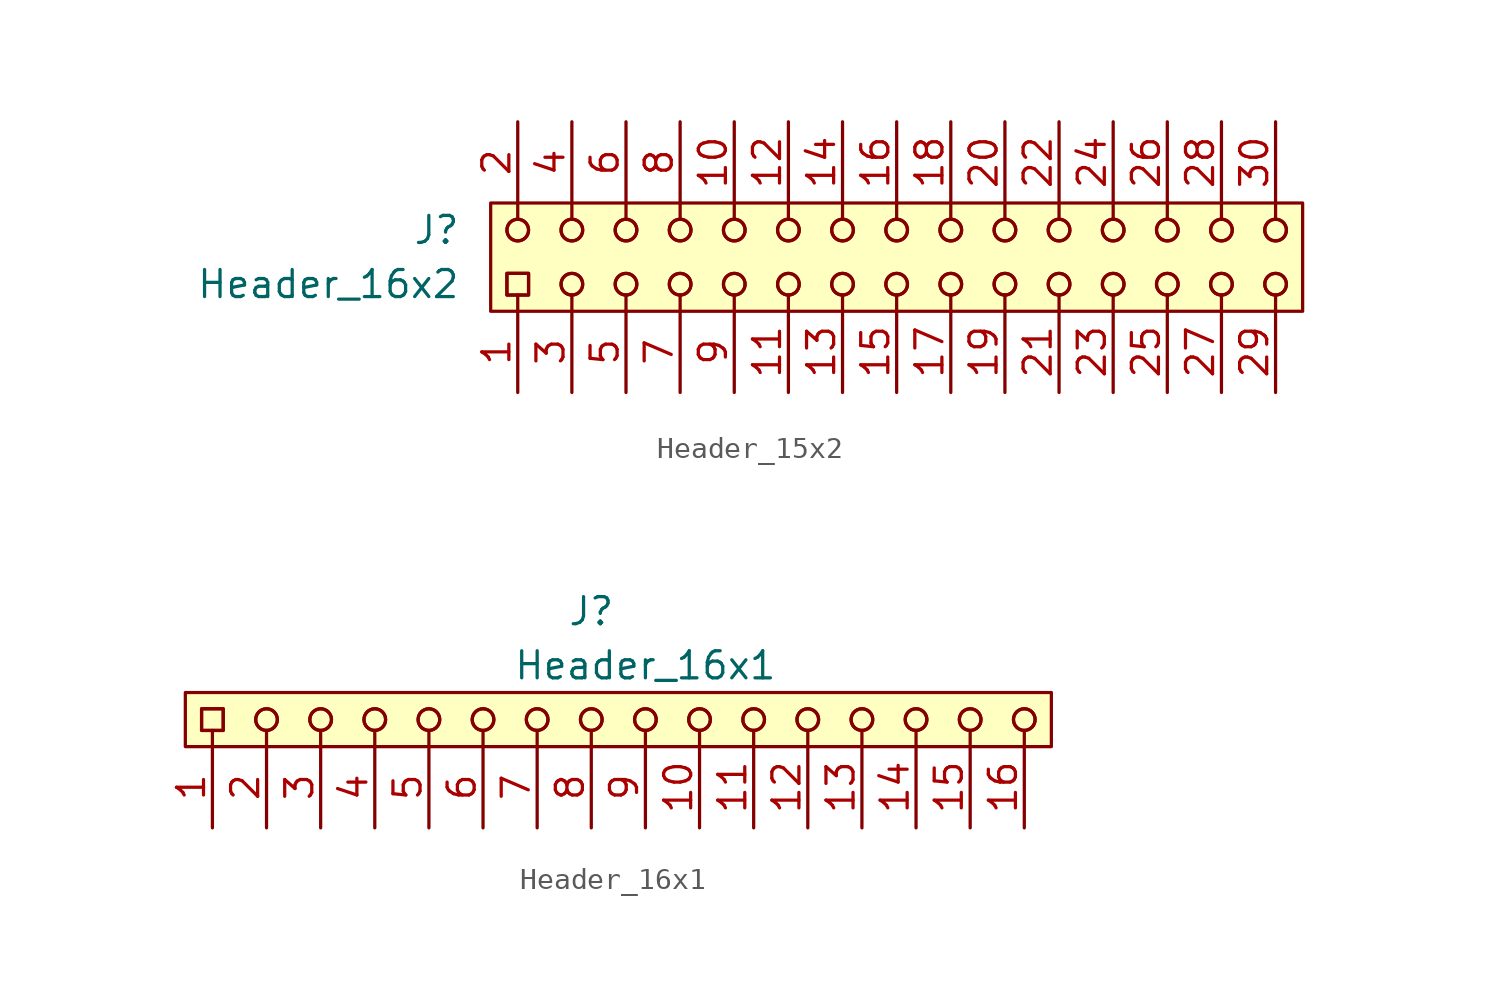
<source format=kicad_sym>
(kicad_symbol_lib
  (version 20220914)
  (generator kicad_symbol_editor)
  (symbol "Header_15x2"
    (pin_names hide)
    (property "Reference" "J"
      (at -21.59 2.54 0)
      (effects (font (size 1.27 1.27))))
    (property "Value" "Header_16x2"
      (at -26.67 0 0)
      (effects (font (size 1.27 1.27))))
    (symbol "Header_15x2_0_0"
      (pin passive line (at -17.78 -5.08 90) (length 3.81) (name "~" (effects (font (size 1.27 1.27)))) (number "1" (effects (font (size 1.27 1.27)))))
      (pin passive line (at -7.62 7.62 270) (length 3.81) (name "~" (effects (font (size 1.27 1.27)))) (number "10" (effects (font (size 1.27 1.27)))))
      (pin passive line (at -5.08 -5.08 90) (length 3.81) (name "~" (effects (font (size 1.27 1.27)))) (number "11" (effects (font (size 1.27 1.27)))))
      (pin passive line (at -5.08 7.62 270) (length 3.81) (name "~" (effects (font (size 1.27 1.27)))) (number "12" (effects (font (size 1.27 1.27)))))
      (pin passive line (at -2.54 -5.08 90) (length 3.81) (name "~" (effects (font (size 1.27 1.27)))) (number "13" (effects (font (size 1.27 1.27)))))
      (pin passive line (at -2.54 7.62 270) (length 3.81) (name "~" (effects (font (size 1.27 1.27)))) (number "14" (effects (font (size 1.27 1.27)))))
      (pin passive line (at 0 -5.08 90) (length 3.81) (name "~" (effects (font (size 1.27 1.27)))) (number "15" (effects (font (size 1.27 1.27)))))
      (pin passive line (at 0 7.62 270) (length 3.81) (name "~" (effects (font (size 1.27 1.27)))) (number "16" (effects (font (size 1.27 1.27)))))
      (pin passive line (at 2.54 -5.08 90) (length 3.81) (name "~" (effects (font (size 1.27 1.27)))) (number "17" (effects (font (size 1.27 1.27)))))
      (pin passive line (at 2.54 7.62 270) (length 3.81) (name "~" (effects (font (size 1.27 1.27)))) (number "18" (effects (font (size 1.27 1.27)))))
      (pin passive line (at 5.08 -5.08 90) (length 3.81) (name "~" (effects (font (size 1.27 1.27)))) (number "19" (effects (font (size 1.27 1.27)))))
      (pin passive line (at -17.78 7.62 270) (length 3.81) (name "~" (effects (font (size 1.27 1.27)))) (number "2" (effects (font (size 1.27 1.27)))))
      (pin passive line (at 5.08 7.62 270) (length 3.81) (name "~" (effects (font (size 1.27 1.27)))) (number "20" (effects (font (size 1.27 1.27)))))
      (pin passive line (at 7.62 -5.08 90) (length 3.81) (name "~" (effects (font (size 1.27 1.27)))) (number "21" (effects (font (size 1.27 1.27)))))
      (pin passive line (at 7.62 7.62 270) (length 3.81) (name "~" (effects (font (size 1.27 1.27)))) (number "22" (effects (font (size 1.27 1.27)))))
      (pin passive line (at 10.16 -5.08 90) (length 3.81) (name "~" (effects (font (size 1.27 1.27)))) (number "23" (effects (font (size 1.27 1.27)))))
      (pin passive line (at 10.16 7.62 270) (length 3.81) (name "~" (effects (font (size 1.27 1.27)))) (number "24" (effects (font (size 1.27 1.27)))))
      (pin passive line (at 12.7 -5.08 90) (length 3.81) (name "~" (effects (font (size 1.27 1.27)))) (number "25" (effects (font (size 1.27 1.27)))))
      (pin passive line (at 12.7 7.62 270) (length 3.81) (name "~" (effects (font (size 1.27 1.27)))) (number "26" (effects (font (size 1.27 1.27)))))
      (pin passive line (at 15.24 -5.08 90) (length 3.81) (name "~" (effects (font (size 1.27 1.27)))) (number "27" (effects (font (size 1.27 1.27)))))
      (pin passive line (at 15.24 7.62 270) (length 3.81) (name "~" (effects (font (size 1.27 1.27)))) (number "28" (effects (font (size 1.27 1.27)))))
      (pin passive line (at 17.78 -5.08 90) (length 3.81) (name "~" (effects (font (size 1.27 1.27)))) (number "29" (effects (font (size 1.27 1.27)))))
      (pin passive line (at -15.24 -5.08 90) (length 3.81) (name "~" (effects (font (size 1.27 1.27)))) (number "3" (effects (font (size 1.27 1.27)))))
      (pin passive line (at 17.78 7.62 270) (length 3.81) (name "~" (effects (font (size 1.27 1.27)))) (number "30" (effects (font (size 1.27 1.27)))))
      (pin passive line (at -15.24 7.62 270) (length 3.81) (name "~" (effects (font (size 1.27 1.27)))) (number "4" (effects (font (size 1.27 1.27)))))
      (pin passive line (at -12.7 -5.08 90) (length 3.81) (name "~" (effects (font (size 1.27 1.27)))) (number "5" (effects (font (size 1.27 1.27)))))
      (pin passive line (at -12.7 7.62 270) (length 3.81) (name "~" (effects (font (size 1.27 1.27)))) (number "6" (effects (font (size 1.27 1.27)))))
      (pin passive line (at -10.16 -5.08 90) (length 3.81) (name "~" (effects (font (size 1.27 1.27)))) (number "7" (effects (font (size 1.27 1.27)))))
      (pin passive line (at -10.16 7.62 270) (length 3.81) (name "~" (effects (font (size 1.27 1.27)))) (number "8" (effects (font (size 1.27 1.27)))))
      (pin passive line (at -7.62 -5.08 90) (length 3.81) (name "~" (effects (font (size 1.27 1.27)))) (number "9" (effects (font (size 1.27 1.27))))))
    (symbol "Header_15x2_0_1"
      (rectangle (start -19.05 3.81) (end 19.05 -1.27) (stroke (width 0.152) (type default)) (fill (type background)))
      (rectangle (start -18.288 0.508) (end -17.272 -0.508) (stroke (width 0) (type default)) (fill (type none)))
      (rectangle (start -18.288 0.508) (end -17.272 -0.508) (stroke (width 0) (type default)) (fill (type none)))
      (circle (center -17.78 2.54) (radius 0.508) (stroke (width 0) (type default)) (fill (type none)))
      (circle (center -17.78 2.54) (radius 0.508) (stroke (width 0) (type default)) (fill (type none)))
      (circle (center -15.24 0) (radius 0.508) (stroke (width 0) (type default)) (fill (type none)))
      (circle (center -15.24 0) (radius 0.508) (stroke (width 0) (type default)) (fill (type none)))
      (circle (center -15.24 2.54) (radius 0.508) (stroke (width 0) (type default)) (fill (type none)))
      (circle (center -15.24 2.54) (radius 0.508) (stroke (width 0) (type default)) (fill (type none)))
      (circle (center -12.7 0) (radius 0.508) (stroke (width 0) (type default)) (fill (type none)))
      (circle (center -12.7 0) (radius 0.508) (stroke (width 0) (type default)) (fill (type none)))
      (circle (center -12.7 2.54) (radius 0.508) (stroke (width 0) (type default)) (fill (type none)))
      (circle (center -12.7 2.54) (radius 0.508) (stroke (width 0) (type default)) (fill (type none)))
      (circle (center -10.16 0) (radius 0.508) (stroke (width 0) (type default)) (fill (type none)))
      (circle (center -10.16 0) (radius 0.508) (stroke (width 0) (type default)) (fill (type none)))
      (circle (center -10.16 2.54) (radius 0.508) (stroke (width 0) (type default)) (fill (type none)))
      (circle (center -10.16 2.54) (radius 0.508) (stroke (width 0) (type default)) (fill (type none)))
      (circle (center -7.62 0) (radius 0.508) (stroke (width 0) (type default)) (fill (type none)))
      (circle (center -7.62 0) (radius 0.508) (stroke (width 0) (type default)) (fill (type none)))
      (circle (center -7.62 2.54) (radius 0.508) (stroke (width 0) (type default)) (fill (type none)))
      (circle (center -7.62 2.54) (radius 0.508) (stroke (width 0) (type default)) (fill (type none)))
      (circle (center -5.08 0) (radius 0.508) (stroke (width 0) (type default)) (fill (type none)))
      (circle (center -5.08 0) (radius 0.508) (stroke (width 0) (type default)) (fill (type none)))
      (circle (center -5.08 2.54) (radius 0.508) (stroke (width 0) (type default)) (fill (type none)))
      (circle (center -5.08 2.54) (radius 0.508) (stroke (width 0) (type default)) (fill (type none)))
      (circle (center -2.54 0) (radius 0.508) (stroke (width 0) (type default)) (fill (type none)))
      (circle (center -2.54 0) (radius 0.508) (stroke (width 0) (type default)) (fill (type none)))
      (circle (center -2.54 2.54) (radius 0.508) (stroke (width 0) (type default)) (fill (type none)))
      (circle (center -2.54 2.54) (radius 0.508) (stroke (width 0) (type default)) (fill (type none)))
      (polyline (pts (xy -17.78 -0.508) (xy -17.78 -1.27)) (stroke (width 0) (type default)) (fill (type none)))
      (polyline (pts (xy -17.78 3.048) (xy -17.78 3.81)) (stroke (width 0) (type default)) (fill (type none)))
      (polyline (pts (xy -15.24 -0.508) (xy -15.24 -1.27)) (stroke (width 0) (type default)) (fill (type none)))
      (polyline (pts (xy -15.24 3.048) (xy -15.24 3.81)) (stroke (width 0) (type default)) (fill (type none)))
      (polyline (pts (xy -12.7 -0.508) (xy -12.7 -1.27)) (stroke (width 0) (type default)) (fill (type none)))
      (polyline (pts (xy -12.7 3.048) (xy -12.7 3.81)) (stroke (width 0) (type default)) (fill (type none)))
      (polyline (pts (xy -10.16 -0.508) (xy -10.16 -1.27)) (stroke (width 0) (type default)) (fill (type none)))
      (polyline (pts (xy -10.16 3.048) (xy -10.16 3.81)) (stroke (width 0) (type default)) (fill (type none)))
      (polyline (pts (xy -7.62 -0.508) (xy -7.62 -1.27)) (stroke (width 0) (type default)) (fill (type none)))
      (polyline (pts (xy -7.62 3.048) (xy -7.62 3.81)) (stroke (width 0) (type default)) (fill (type none)))
      (polyline (pts (xy -5.08 -0.508) (xy -5.08 -1.27)) (stroke (width 0) (type default)) (fill (type none)))
      (polyline (pts (xy -5.08 3.048) (xy -5.08 3.81)) (stroke (width 0) (type default)) (fill (type none)))
      (polyline (pts (xy -2.54 -0.508) (xy -2.54 -1.27)) (stroke (width 0) (type default)) (fill (type none)))
      (polyline (pts (xy -2.54 3.048) (xy -2.54 3.81)) (stroke (width 0) (type default)) (fill (type none)))
      (polyline (pts (xy 0 -0.508) (xy 0 -1.27)) (stroke (width 0) (type default)) (fill (type none)))
      (polyline (pts (xy 0 3.048) (xy 0 3.81)) (stroke (width 0) (type default)) (fill (type none)))
      (polyline (pts (xy 2.54 -0.508) (xy 2.54 -1.27)) (stroke (width 0) (type default)) (fill (type none)))
      (polyline (pts (xy 2.54 3.048) (xy 2.54 3.81)) (stroke (width 0) (type default)) (fill (type none)))
      (polyline (pts (xy 5.08 -0.508) (xy 5.08 -1.27)) (stroke (width 0) (type default)) (fill (type none)))
      (polyline (pts (xy 5.08 3.048) (xy 5.08 3.81)) (stroke (width 0) (type default)) (fill (type none)))
      (polyline (pts (xy 7.62 -0.508) (xy 7.62 -1.27)) (stroke (width 0) (type default)) (fill (type none)))
      (polyline (pts (xy 7.62 3.048) (xy 7.62 3.81)) (stroke (width 0) (type default)) (fill (type none)))
      (polyline (pts (xy 10.16 -0.508) (xy 10.16 -1.27)) (stroke (width 0) (type default)) (fill (type none)))
      (polyline (pts (xy 10.16 3.048) (xy 10.16 3.81)) (stroke (width 0) (type default)) (fill (type none)))
      (polyline (pts (xy 12.7 -0.508) (xy 12.7 -1.27)) (stroke (width 0) (type default)) (fill (type none)))
      (polyline (pts (xy 12.7 3.048) (xy 12.7 3.81)) (stroke (width 0) (type default)) (fill (type none)))
      (polyline (pts (xy 15.24 -0.508) (xy 15.24 -1.27)) (stroke (width 0) (type default)) (fill (type none)))
      (polyline (pts (xy 15.24 3.048) (xy 15.24 3.81)) (stroke (width 0) (type default)) (fill (type none)))
      (polyline (pts (xy 17.78 -0.508) (xy 17.78 -1.27)) (stroke (width 0) (type default)) (fill (type none)))
      (polyline (pts (xy 17.78 3.048) (xy 17.78 3.81)) (stroke (width 0) (type default)) (fill (type none)))
      (circle (center 0 0) (radius 0.508) (stroke (width 0) (type default)) (fill (type none)))
      (circle (center 0 0) (radius 0.508) (stroke (width 0) (type default)) (fill (type none)))
      (circle (center 0 2.54) (radius 0.508) (stroke (width 0) (type default)) (fill (type none)))
      (circle (center 0 2.54) (radius 0.508) (stroke (width 0) (type default)) (fill (type none)))
      (circle (center 2.54 0) (radius 0.508) (stroke (width 0) (type default)) (fill (type none)))
      (circle (center 2.54 0) (radius 0.508) (stroke (width 0) (type default)) (fill (type none)))
      (circle (center 2.54 2.54) (radius 0.508) (stroke (width 0) (type default)) (fill (type none)))
      (circle (center 2.54 2.54) (radius 0.508) (stroke (width 0) (type default)) (fill (type none)))
      (circle (center 5.08 0) (radius 0.508) (stroke (width 0) (type default)) (fill (type none)))
      (circle (center 5.08 0) (radius 0.508) (stroke (width 0) (type default)) (fill (type none)))
      (circle (center 5.08 2.54) (radius 0.508) (stroke (width 0) (type default)) (fill (type none)))
      (circle (center 5.08 2.54) (radius 0.508) (stroke (width 0) (type default)) (fill (type none)))
      (circle (center 7.62 0) (radius 0.508) (stroke (width 0) (type default)) (fill (type none)))
      (circle (center 7.62 0) (radius 0.508) (stroke (width 0) (type default)) (fill (type none)))
      (circle (center 7.62 2.54) (radius 0.508) (stroke (width 0) (type default)) (fill (type none)))
      (circle (center 7.62 2.54) (radius 0.508) (stroke (width 0) (type default)) (fill (type none)))
      (circle (center 10.16 0) (radius 0.508) (stroke (width 0) (type default)) (fill (type none)))
      (circle (center 10.16 0) (radius 0.508) (stroke (width 0) (type default)) (fill (type none)))
      (circle (center 10.16 2.54) (radius 0.508) (stroke (width 0) (type default)) (fill (type none)))
      (circle (center 10.16 2.54) (radius 0.508) (stroke (width 0) (type default)) (fill (type none)))
      (circle (center 12.7 0) (radius 0.508) (stroke (width 0) (type default)) (fill (type none)))
      (circle (center 12.7 0) (radius 0.508) (stroke (width 0) (type default)) (fill (type none)))
      (circle (center 12.7 2.54) (radius 0.508) (stroke (width 0) (type default)) (fill (type none)))
      (circle (center 12.7 2.54) (radius 0.508) (stroke (width 0) (type default)) (fill (type none)))
      (circle (center 15.24 0) (radius 0.508) (stroke (width 0) (type default)) (fill (type none)))
      (circle (center 15.24 0) (radius 0.508) (stroke (width 0) (type default)) (fill (type none)))
      (circle (center 15.24 2.54) (radius 0.508) (stroke (width 0) (type default)) (fill (type none)))
      (circle (center 15.24 2.54) (radius 0.508) (stroke (width 0) (type default)) (fill (type none)))
      (circle (center 17.78 0) (radius 0.508) (stroke (width 0) (type default)) (fill (type none)))
      (circle (center 17.78 0) (radius 0.508) (stroke (width 0) (type default)) (fill (type none)))
      (circle (center 17.78 2.54) (radius 0.508) (stroke (width 0) (type default)) (fill (type none)))
      (circle (center 17.78 2.54) (radius 0.508) (stroke (width 0) (type default)) (fill (type none)))))
  (symbol "Header_16x1"
    (pin_names hide)
    (property "Reference" "J"
      (at 0 5.08 0)
      (effects (font (size 1.27 1.27))))
    (property "Value" "Header_16x1"
      (at 2.54 2.54 0)
      (effects (font (size 1.27 1.27))))
    (symbol "Header_16x1_1_1"
      (rectangle (start -19.05 1.27) (end 21.59 -1.27) (stroke (width 0.152) (type default)) (fill (type background)))
      (rectangle (start -18.288 0.508) (end -17.272 -0.508) (stroke (width 0) (type default)) (fill (type none)))
      (rectangle (start -18.288 0.508) (end -17.272 -0.508) (stroke (width 0) (type default)) (fill (type none)))
      (circle (center -15.24 0) (radius 0.508) (stroke (width 0) (type default)) (fill (type none)))
      (circle (center -15.24 0) (radius 0.508) (stroke (width 0) (type default)) (fill (type none)))
      (circle (center -12.7 0) (radius 0.508) (stroke (width 0) (type default)) (fill (type none)))
      (circle (center -12.7 0) (radius 0.508) (stroke (width 0) (type default)) (fill (type none)))
      (circle (center -10.16 0) (radius 0.508) (stroke (width 0) (type default)) (fill (type none)))
      (circle (center -10.16 0) (radius 0.508) (stroke (width 0) (type default)) (fill (type none)))
      (circle (center -7.62 0) (radius 0.508) (stroke (width 0) (type default)) (fill (type none)))
      (circle (center -7.62 0) (radius 0.508) (stroke (width 0) (type default)) (fill (type none)))
      (circle (center -5.08 0) (radius 0.508) (stroke (width 0) (type default)) (fill (type none)))
      (circle (center -5.08 0) (radius 0.508) (stroke (width 0) (type default)) (fill (type none)))
      (circle (center -2.54 0) (radius 0.508) (stroke (width 0) (type default)) (fill (type none)))
      (circle (center -2.54 0) (radius 0.508) (stroke (width 0) (type default)) (fill (type none)))
      (polyline (pts (xy -17.78 -0.508) (xy -17.78 -1.27)) (stroke (width 0) (type default)) (fill (type none)))
      (polyline (pts (xy -15.24 -0.508) (xy -15.24 -1.27)) (stroke (width 0) (type default)) (fill (type none)))
      (polyline (pts (xy -12.7 -0.508) (xy -12.7 -1.27)) (stroke (width 0) (type default)) (fill (type none)))
      (polyline (pts (xy -10.16 -0.508) (xy -10.16 -1.27)) (stroke (width 0) (type default)) (fill (type none)))
      (polyline (pts (xy -7.62 -0.508) (xy -7.62 -1.27)) (stroke (width 0) (type default)) (fill (type none)))
      (polyline (pts (xy -5.08 -0.508) (xy -5.08 -1.27)) (stroke (width 0) (type default)) (fill (type none)))
      (polyline (pts (xy -2.54 -0.508) (xy -2.54 -1.27)) (stroke (width 0) (type default)) (fill (type none)))
      (polyline (pts (xy 0 -0.508) (xy 0 -1.27)) (stroke (width 0) (type default)) (fill (type none)))
      (polyline (pts (xy 2.54 -0.508) (xy 2.54 -1.27)) (stroke (width 0) (type default)) (fill (type none)))
      (polyline (pts (xy 5.08 -0.508) (xy 5.08 -1.27)) (stroke (width 0) (type default)) (fill (type none)))
      (polyline (pts (xy 7.62 -0.508) (xy 7.62 -1.27)) (stroke (width 0) (type default)) (fill (type none)))
      (polyline (pts (xy 10.16 -0.508) (xy 10.16 -1.27)) (stroke (width 0) (type default)) (fill (type none)))
      (polyline (pts (xy 12.7 -0.508) (xy 12.7 -1.27)) (stroke (width 0) (type default)) (fill (type none)))
      (polyline (pts (xy 15.24 -0.508) (xy 15.24 -1.27)) (stroke (width 0) (type default)) (fill (type none)))
      (polyline (pts (xy 17.78 -0.508) (xy 17.78 -1.27)) (stroke (width 0) (type default)) (fill (type none)))
      (polyline (pts (xy 20.32 -0.508) (xy 20.32 -1.27)) (stroke (width 0) (type default)) (fill (type none)))
      (circle (center 0 0) (radius 0.508) (stroke (width 0) (type default)) (fill (type none)))
      (circle (center 0 0) (radius 0.508) (stroke (width 0) (type default)) (fill (type none)))
      (circle (center 2.54 0) (radius 0.508) (stroke (width 0) (type default)) (fill (type none)))
      (circle (center 2.54 0) (radius 0.508) (stroke (width 0) (type default)) (fill (type none)))
      (circle (center 5.08 0) (radius 0.508) (stroke (width 0) (type default)) (fill (type none)))
      (circle (center 5.08 0) (radius 0.508) (stroke (width 0) (type default)) (fill (type none)))
      (circle (center 7.62 0) (radius 0.508) (stroke (width 0) (type default)) (fill (type none)))
      (circle (center 7.62 0) (radius 0.508) (stroke (width 0) (type default)) (fill (type none)))
      (circle (center 10.16 0) (radius 0.508) (stroke (width 0) (type default)) (fill (type none)))
      (circle (center 10.16 0) (radius 0.508) (stroke (width 0) (type default)) (fill (type none)))
      (circle (center 12.7 0) (radius 0.508) (stroke (width 0) (type default)) (fill (type none)))
      (circle (center 12.7 0) (radius 0.508) (stroke (width 0) (type default)) (fill (type none)))
      (circle (center 15.24 0) (radius 0.508) (stroke (width 0) (type default)) (fill (type none)))
      (circle (center 15.24 0) (radius 0.508) (stroke (width 0) (type default)) (fill (type none)))
      (circle (center 17.78 0) (radius 0.508) (stroke (width 0) (type default)) (fill (type none)))
      (circle (center 17.78 0) (radius 0.508) (stroke (width 0) (type default)) (fill (type none)))
      (circle (center 20.32 0) (radius 0.508) (stroke (width 0) (type default)) (fill (type none)))
      (circle (center 20.32 0) (radius 0.508) (stroke (width 0) (type default)) (fill (type none)))
      (pin passive line (at -17.78 -5.08 90) (length 3.81) (name "~" (effects (font (size 1.27 1.27)))) (number "1" (effects (font (size 1.27 1.27)))))
      (pin passive line (at 5.08 -5.08 90) (length 3.81) (name "~" (effects (font (size 1.27 1.27)))) (number "10" (effects (font (size 1.27 1.27)))))
      (pin passive line (at 7.62 -5.08 90) (length 3.81) (name "~" (effects (font (size 1.27 1.27)))) (number "11" (effects (font (size 1.27 1.27)))))
      (pin passive line (at 10.16 -5.08 90) (length 3.81) (name "~" (effects (font (size 1.27 1.27)))) (number "12" (effects (font (size 1.27 1.27)))))
      (pin passive line (at 12.7 -5.08 90) (length 3.81) (name "~" (effects (font (size 1.27 1.27)))) (number "13" (effects (font (size 1.27 1.27)))))
      (pin passive line (at 15.24 -5.08 90) (length 3.81) (name "~" (effects (font (size 1.27 1.27)))) (number "14" (effects (font (size 1.27 1.27)))))
      (pin passive line (at 17.78 -5.08 90) (length 3.81) (name "~" (effects (font (size 1.27 1.27)))) (number "15" (effects (font (size 1.27 1.27)))))
      (pin passive line (at 20.32 -5.08 90) (length 3.81) (name "~" (effects (font (size 1.27 1.27)))) (number "16" (effects (font (size 1.27 1.27)))))
      (pin passive line (at -15.24 -5.08 90) (length 3.81) (name "~" (effects (font (size 1.27 1.27)))) (number "2" (effects (font (size 1.27 1.27)))))
      (pin passive line (at -12.7 -5.08 90) (length 3.81) (name "~" (effects (font (size 1.27 1.27)))) (number "3" (effects (font (size 1.27 1.27)))))
      (pin passive line (at -10.16 -5.08 90) (length 3.81) (name "~" (effects (font (size 1.27 1.27)))) (number "4" (effects (font (size 1.27 1.27)))))
      (pin passive line (at -7.62 -5.08 90) (length 3.81) (name "~" (effects (font (size 1.27 1.27)))) (number "5" (effects (font (size 1.27 1.27)))))
      (pin passive line (at -5.08 -5.08 90) (length 3.81) (name "~" (effects (font (size 1.27 1.27)))) (number "6" (effects (font (size 1.27 1.27)))))
      (pin passive line (at -2.54 -5.08 90) (length 3.81) (name "~" (effects (font (size 1.27 1.27)))) (number "7" (effects (font (size 1.27 1.27)))))
      (pin passive line (at 0 -5.08 90) (length 3.81) (name "~" (effects (font (size 1.27 1.27)))) (number "8" (effects (font (size 1.27 1.27)))))
      (pin passive line (at 2.54 -5.08 90) (length 3.81) (name "~" (effects (font (size 1.27 1.27)))) (number "9" (effects (font (size 1.27 1.27))))))))
</source>
